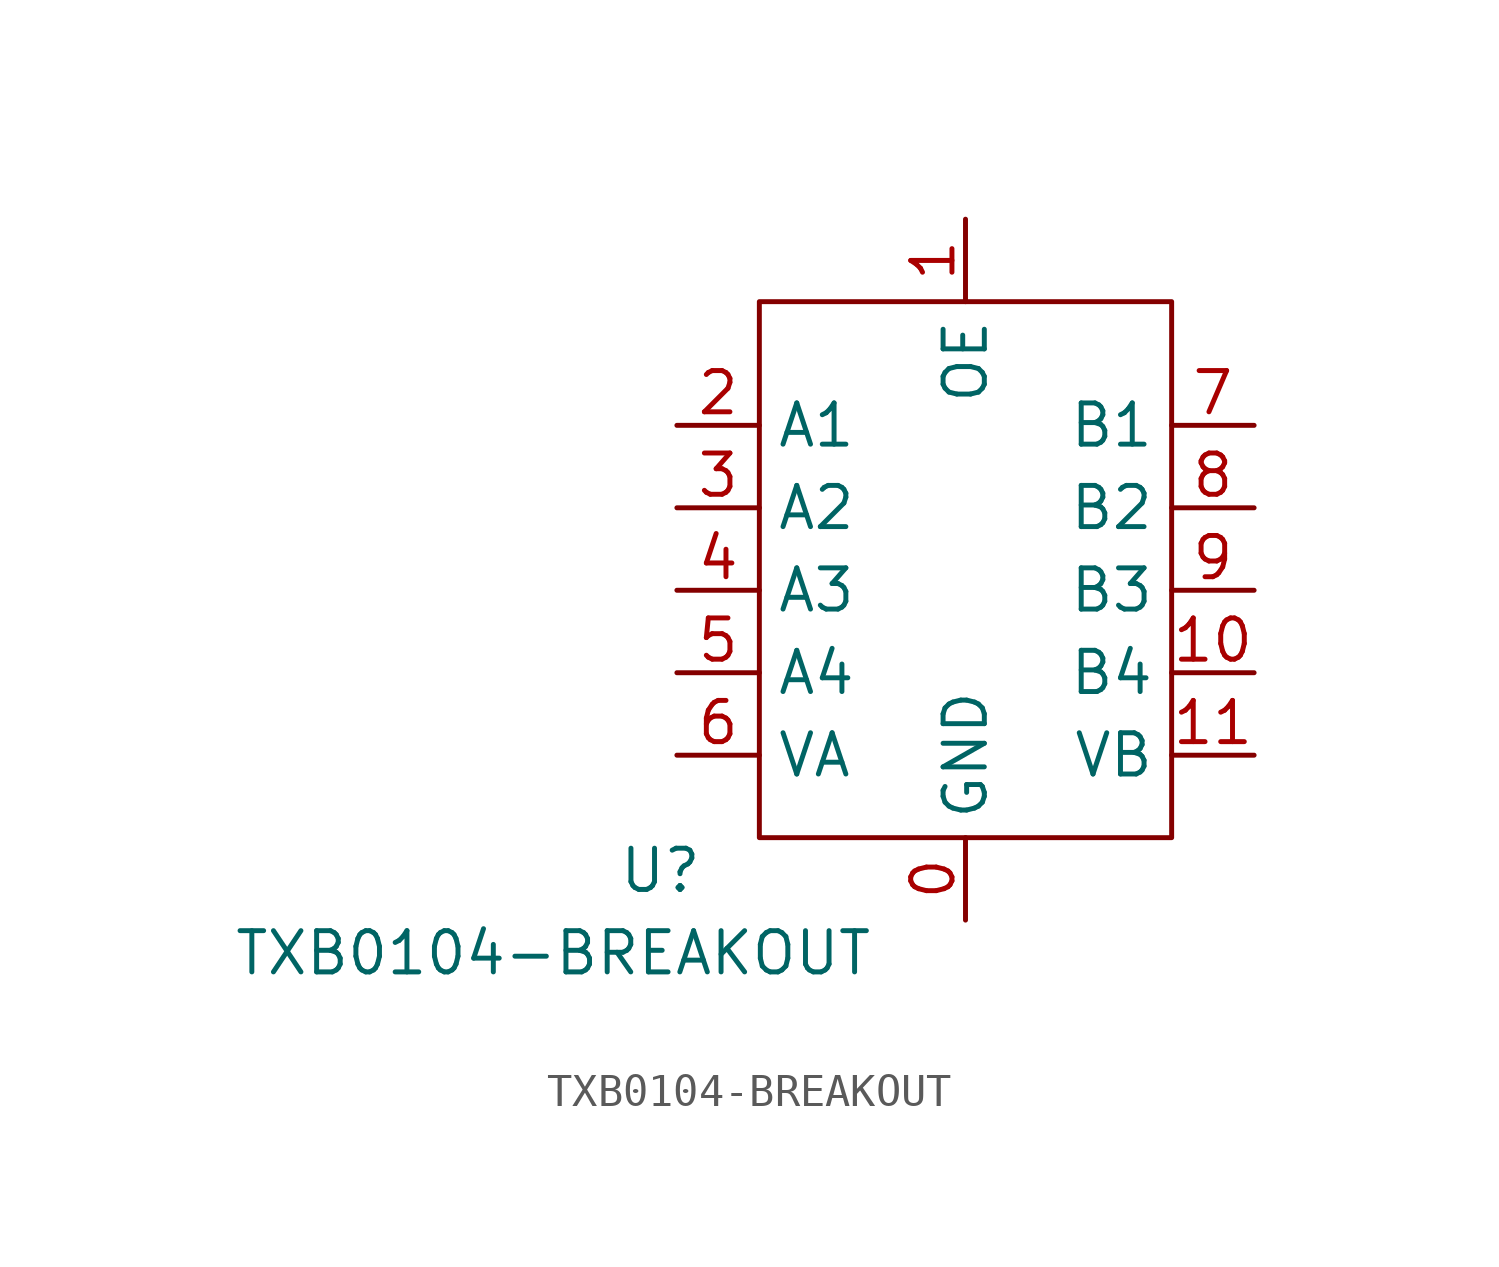
<source format=kicad_sym>
(kicad_symbol_lib
  (version 20241209)
  (generator "kicad_symbol_editor")
  (generator_version "9.0")
  (symbol "TXB0104-BREAKOUT"
    (property "Reference" "U"
      (at -3.048 -1.016 0)
      (effects (font (size 1.27 1.27))))
    (property "Value" "TXB0104-BREAKOUT"
      (at -6.35 -3.556 0)
      (effects (font (size 1.27 1.27))))
    (symbol "TXB0104-BREAKOUT_0_1"
      (rectangle (start 0 16.51) (end 12.7 0) (stroke (width 0) (type default)) (fill (type none))))
    (symbol "TXB0104-BREAKOUT_1_1"
      (pin input line (at -2.54 12.7 0) (length 2.54) (name "A1" (effects (font (size 1.27 1.27)))) (number "2" (effects (font (size 1.27 1.27)))))
      (pin input line (at -2.54 10.16 0) (length 2.54) (name "A2" (effects (font (size 1.27 1.27)))) (number "3" (effects (font (size 1.27 1.27)))))
      (pin input line (at -2.54 7.62 0) (length 2.54) (name "A3" (effects (font (size 1.27 1.27)))) (number "4" (effects (font (size 1.27 1.27)))))
      (pin input line (at -2.54 5.08 0) (length 2.54) (name "A4" (effects (font (size 1.27 1.27)))) (number "5" (effects (font (size 1.27 1.27)))))
      (pin input line (at -2.54 2.54 0) (length 2.54) (name "VA" (effects (font (size 1.27 1.27)))) (number "6" (effects (font (size 1.27 1.27)))))
      (pin input line (at 6.35 19.05 270) (length 2.54) (name "OE" (effects (font (size 1.27 1.27)))) (number "1" (effects (font (size 1.27 1.27)))))
      (pin input line (at 6.35 -2.54 90) (length 2.54) (name "GND" (effects (font (size 1.27 1.27)))) (number "0" (effects (font (size 1.27 1.27)))))
      (pin input line (at 15.24 12.7 180) (length 2.54) (name "B1" (effects (font (size 1.27 1.27)))) (number "7" (effects (font (size 1.27 1.27)))))
      (pin input line (at 15.24 10.16 180) (length 2.54) (name "B2" (effects (font (size 1.27 1.27)))) (number "8" (effects (font (size 1.27 1.27)))))
      (pin input line (at 15.24 7.62 180) (length 2.54) (name "B3" (effects (font (size 1.27 1.27)))) (number "9" (effects (font (size 1.27 1.27)))))
      (pin input line (at 15.24 5.08 180) (length 2.54) (name "B4" (effects (font (size 1.27 1.27)))) (number "10" (effects (font (size 1.27 1.27)))))
      (pin input line (at 15.24 2.54 180) (length 2.54) (name "VB" (effects (font (size 1.27 1.27)))) (number "11" (effects (font (size 1.27 1.27))))))))
</source>
